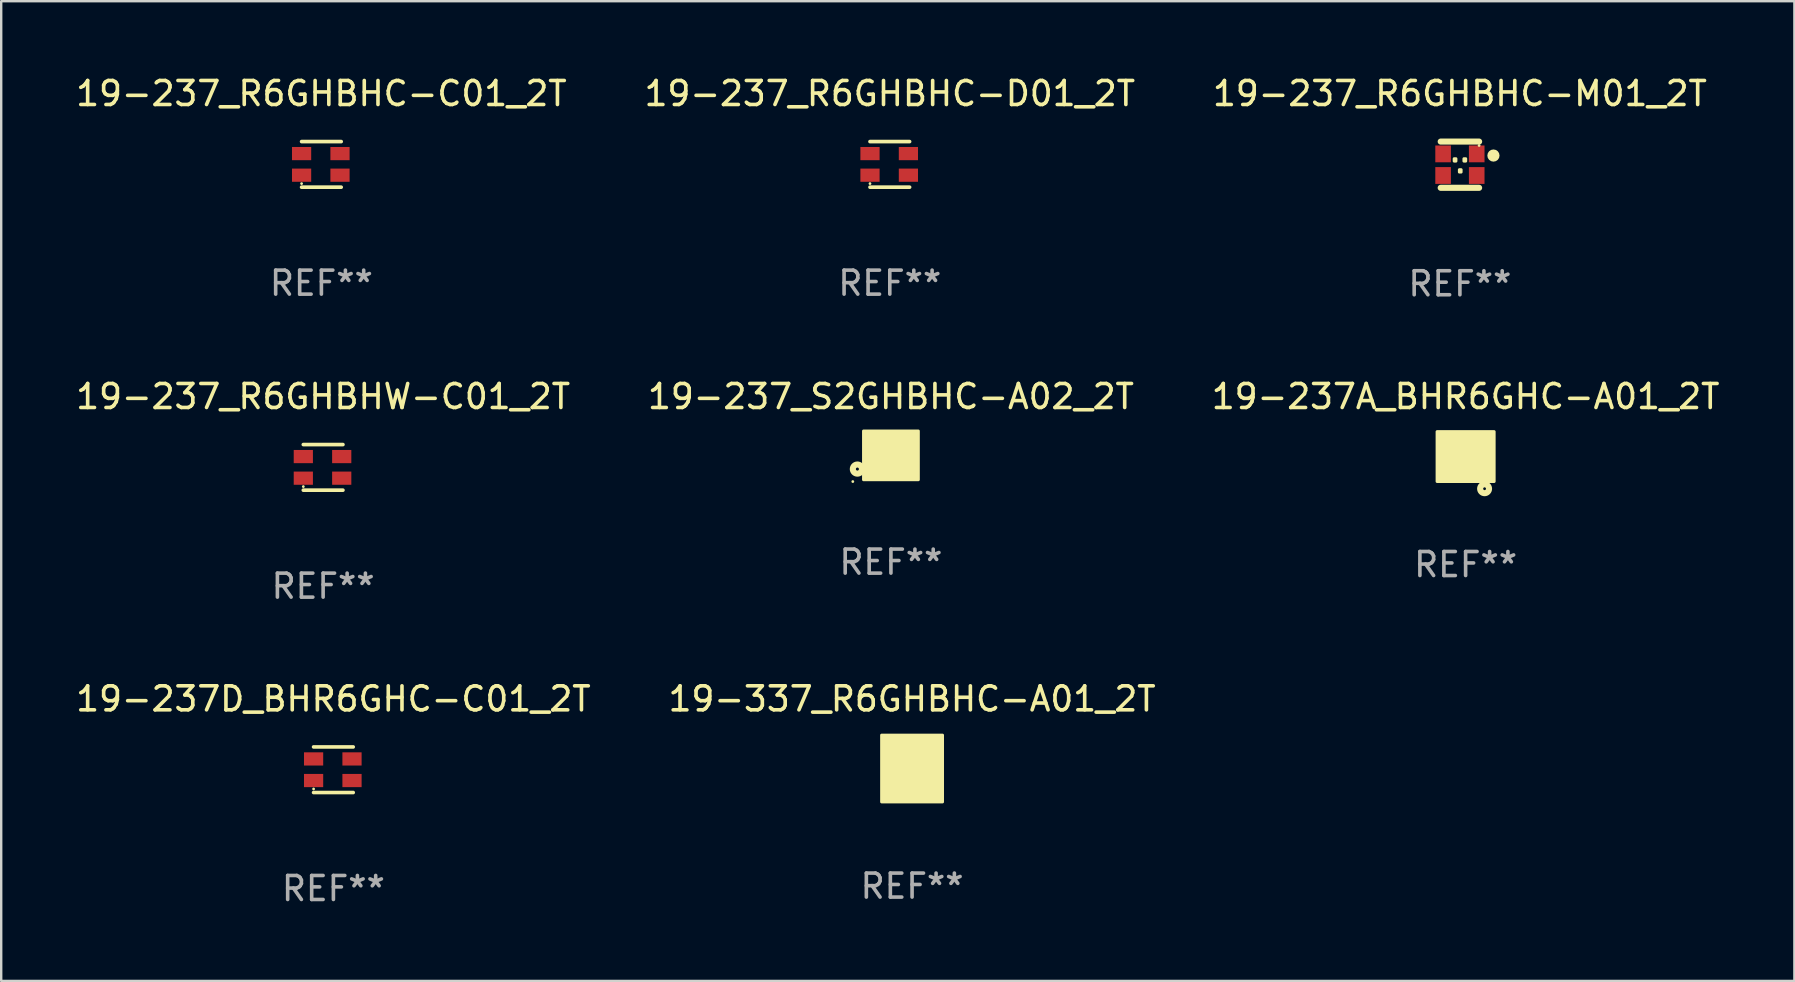
<source format=kicad_pcb>
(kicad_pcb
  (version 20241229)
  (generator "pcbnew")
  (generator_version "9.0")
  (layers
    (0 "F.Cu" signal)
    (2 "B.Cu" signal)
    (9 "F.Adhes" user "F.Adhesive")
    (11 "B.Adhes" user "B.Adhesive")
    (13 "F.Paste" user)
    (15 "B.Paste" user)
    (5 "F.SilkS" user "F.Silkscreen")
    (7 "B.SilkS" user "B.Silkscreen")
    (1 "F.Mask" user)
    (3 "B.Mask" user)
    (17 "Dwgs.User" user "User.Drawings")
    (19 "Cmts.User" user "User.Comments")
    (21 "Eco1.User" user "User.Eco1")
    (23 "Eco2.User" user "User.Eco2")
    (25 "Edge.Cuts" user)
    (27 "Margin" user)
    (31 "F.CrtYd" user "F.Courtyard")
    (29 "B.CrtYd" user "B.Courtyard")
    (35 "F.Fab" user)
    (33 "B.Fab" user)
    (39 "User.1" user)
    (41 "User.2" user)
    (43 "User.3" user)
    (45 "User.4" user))
  (footprint "19-237D_BHR6GHC-C01_2T"
    (layer "F.Cu")
    (at 10.839 29.016)
    (property "Reference" "19-237D_BHR6GHC-C01_2T" (at 0 -2.95 0) (layer "F.SilkS") (effects (font (size 1 1) (thickness 0.15))))
    (attr through_hole)
    (fp_line (start -0.825 -0.95) (end 0.825 -0.95) (stroke (width 0.152) (type solid)) (layer "F.SilkS"))
    (fp_line (start 0.825 0.95) (end -0.825 0.95) (stroke (width 0.152) (type solid)) (layer "F.SilkS"))
    (fp_circle (center -0.825 0.8) (end -0.795 0.8) (stroke (width 0.06) (type solid)) (fill no) (layer "F.SilkS"))
    (fp_text user "REF**" (at 0 4.95 0) (layer "F.Fab") (effects (font (size 1 1) (thickness 0.15))))
    (pad "1" smd rect (at -0.825 0.45) (size 0.8 0.55) (layers "F.Cu" "F.Mask" "F.Paste"))
    (pad "2" smd rect (at -0.825 -0.45) (size 0.8 0.55) (layers "F.Cu" "F.Mask" "F.Paste"))
    (pad "3" smd rect (at 0.775 -0.45) (size 0.8 0.55) (layers "F.Cu" "F.Mask" "F.Paste"))
    (pad "4" smd rect (at 0.775 0.45) (size 0.8 0.55) (layers "F.Cu" "F.Mask" "F.Paste")))
  (footprint "19-337_R6GHBHC-A01_2T"
    (layer "F.Cu")
    (at 34.946 28.966)
    (property "Reference" "19-337_R6GHBHC-A01_2T" (at 0 -2.9 0) (layer "F.SilkS") (effects (font (size 1 1) (thickness 0.15))))
    (attr through_hole)
    (fp_line (start 0.127 -0.63) (end 0.127 0.64) (stroke (width 0.254) (type solid)) (layer "F.SilkS"))
    (fp_line (start 0.127 0.00033) (end -0.169 0.00033) (stroke (width 0.254) (type solid)) (layer "F.SilkS"))
    (fp_circle (center -0.802 -0.805) (end -0.772 -0.805) (stroke (width 0.06) (type solid)) (fill no) (layer "F.SilkS"))
    (fp_poly (pts (xy -1.27 -1.392) (xy 1.27 -1.392) (xy 1.27 1.392) (xy -1.27 1.392)) (stroke (width 0.12) (type solid)) (fill yes) (layer "F.SilkS"))
    (fp_text user "REF**" (at 0 4.9 0) (layer "F.Fab") (effects (font (size 1 1) (thickness 0.15))))
    (pad "1" smd rect (at -0.7 -0.9) (size 0.6 0.6) (layers "F.Cu" "F.Mask" "F.Paste"))
    (pad "2" smd rect (at -0.7 0.000127) (size 0.6 0.6) (layers "F.Cu" "F.Mask" "F.Paste"))
    (pad "3" smd rect (at -0.7 0.9) (size 0.6 0.6) (layers "F.Cu" "F.Mask" "F.Paste"))
    (pad "4" smd rect (at 0.7 -0.9) (size 0.6 0.6) (layers "F.Cu" "F.Mask" "F.Paste"))
    (pad "5" smd rect (at 0.7 -0.000127) (size 0.6 0.6) (layers "F.Cu" "F.Mask" "F.Paste"))
    (pad "6" smd rect (at 0.7 0.9) (size 0.6 0.6) (layers "F.Cu" "F.Mask" "F.Paste")))
  (footprint "19-237_R6GHBHW-C01_2T"
    (layer "F.Cu")
    (at 10.411 16.42)
    (property "Reference" "19-237_R6GHBHW-C01_2T" (at 0 -2.95 0) (layer "F.SilkS") (effects (font (size 1 1) (thickness 0.15))))
    (attr through_hole)
    (fp_line (start -0.825 -0.95) (end 0.825 -0.95) (stroke (width 0.152) (type solid)) (layer "F.SilkS"))
    (fp_line (start 0.825 0.95) (end -0.825 0.95) (stroke (width 0.152) (type solid)) (layer "F.SilkS"))
    (fp_circle (center -0.825 0.8) (end -0.795 0.8) (stroke (width 0.06) (type solid)) (fill no) (layer "F.SilkS"))
    (fp_text user "REF**" (at 0 4.95 0) (layer "F.Fab") (effects (font (size 1 1) (thickness 0.15))))
    (pad "1" smd rect (at -0.825 0.45) (size 0.8 0.55) (layers "F.Cu" "F.Mask" "F.Paste"))
    (pad "2" smd rect (at -0.825 -0.45) (size 0.8 0.55) (layers "F.Cu" "F.Mask" "F.Paste"))
    (pad "3" smd rect (at 0.775 -0.45) (size 0.8 0.55) (layers "F.Cu" "F.Mask" "F.Paste"))
    (pad "4" smd rect (at 0.775 0.45) (size 0.8 0.55) (layers "F.Cu" "F.Mask" "F.Paste")))
  (footprint "19-237_R6GHBHC-C01_2T"
    (layer "F.Cu")
    (at 10.339 3.798)
    (property "Reference" "19-237_R6GHBHC-C01_2T" (at 0 -2.95 0) (layer "F.SilkS") (effects (font (size 1 1) (thickness 0.15))))
    (attr through_hole)
    (fp_line (start -0.825 -0.95) (end 0.825 -0.95) (stroke (width 0.152) (type solid)) (layer "F.SilkS"))
    (fp_line (start 0.825 0.95) (end -0.825 0.95) (stroke (width 0.152) (type solid)) (layer "F.SilkS"))
    (fp_circle (center -0.825 0.8) (end -0.795 0.8) (stroke (width 0.06) (type solid)) (fill no) (layer "F.SilkS"))
    (fp_text user "REF**" (at 0 4.95 0) (layer "F.Fab") (effects (font (size 1 1) (thickness 0.15))))
    (pad "1" smd rect (at -0.825 0.45) (size 0.8 0.55) (layers "F.Cu" "F.Mask" "F.Paste"))
    (pad "2" smd rect (at -0.825 -0.45) (size 0.8 0.55) (layers "F.Cu" "F.Mask" "F.Paste"))
    (pad "3" smd rect (at 0.775 -0.45) (size 0.8 0.55) (layers "F.Cu" "F.Mask" "F.Paste"))
    (pad "4" smd rect (at 0.775 0.45) (size 0.8 0.55) (layers "F.Cu" "F.Mask" "F.Paste")))
  (footprint "19-237_S2GHBHC-A02_2T"
    (layer "F.Cu")
    (at 34.065 15.92)
    (property "Reference" "19-237_S2GHBHC-A02_2T" (at 0 -2.45 0) (layer "F.SilkS") (effects (font (size 1 1) (thickness 0.15))))
    (attr through_hole)
    (fp_circle (center -1.588 1.091) (end -1.558 1.091) (stroke (width 0.06) (type solid)) (fill no) (layer "F.SilkS"))
    (fp_circle (center -1.397 0.571) (end -1.334 0.571) (stroke (width 0.254) (type solid)) (fill no) (layer "F.SilkS"))
    (fp_poly (pts (xy -1.143 -1.016) (xy 1.143 -1.016) (xy 1.143 1.016) (xy -1.143 1.016)) (stroke (width 0.12) (type solid)) (fill yes) (layer "F.SilkS"))
    (fp_text user "REF**" (at 0 4.45 0) (layer "F.Fab") (effects (font (size 1 1) (thickness 0.15))))
    (pad "1" smd rect (at -0.7 0.45) (size 0.6 0.65) (layers "F.Cu" "F.Mask" "F.Paste"))
    (pad "2" smd rect (at -0.7 -0.45) (size 0.6 0.65) (layers "F.Cu" "F.Mask" "F.Paste"))
    (pad "3" smd rect (at 0.7 0.45) (size 0.6 0.65) (layers "F.Cu" "F.Mask" "F.Paste"))
    (pad "4" smd rect (at 0.7 -0.45) (size 0.6 0.65) (layers "F.Cu" "F.Mask" "F.Paste")))
  (footprint "19-237A_BHR6GHC-A01_2T"
    (layer "F.Cu")
    (at 58.006 15.97)
    (property "Reference" "19-237A_BHR6GHC-A01_2T" (at 0 -2.5 0) (layer "F.SilkS") (effects (font (size 1 1) (thickness 0.15))))
    (attr through_hole)
    (fp_line (start -0.127 0) (end 0.127 0.254) (stroke (width 0.254) (type solid)) (layer "F.SilkS"))
    (fp_line (start 0.127 -0.254) (end -0.127 0) (stroke (width 0.254) (type solid)) (layer "F.SilkS"))
    (fp_line (start 0.127 0.254) (end 0.127 -0.254) (stroke (width 0.254) (type solid)) (layer "F.SilkS"))
    (fp_circle (center 0.79 1.34) (end 0.848 1.34) (stroke (width 0.254) (type solid)) (fill no) (layer "F.SilkS"))
    (fp_circle (center 0.8 0.8) (end 0.83 0.8) (stroke (width 0.06) (type solid)) (fill no) (layer "F.SilkS"))
    (fp_poly (pts (xy -1.19 -1.04) (xy 1.19 -1.04) (xy 1.19 1.04) (xy -1.19 1.04)) (stroke (width 0.12) (type solid)) (fill yes) (layer "F.SilkS"))
    (fp_text user "REF**" (at 0 4.5 0) (layer "F.Fab") (effects (font (size 1 1) (thickness 0.15))))
    (pad "1" smd rect (at 0.7 0.5 180) (size 0.6 0.7) (layers "F.Cu" "F.Mask" "F.Paste"))
    (pad "2" smd rect (at -0.7 0.5 180) (size 0.6 0.7) (layers "F.Cu" "F.Mask" "F.Paste"))
    (pad "3" smd rect (at 0.7 -0.5 180) (size 0.6 0.7) (layers "F.Cu" "F.Mask" "F.Paste"))
    (pad "4" smd rect (at -0.7 -0.5 180) (size 0.6 0.7) (layers "F.Cu" "F.Mask" "F.Paste")))
  (footprint "19-237_R6GHBHC-M01_2T"
    (layer "F.Cu")
    (at 57.768 3.811)
    (property "Reference" "19-237_R6GHBHC-M01_2T" (at 0 -2.963 0) (layer "F.SilkS") (effects (font (size 1 1) (thickness 0.15))))
    (attr through_hole)
    (fp_line (start -0.8 -0.963) (end 0.8 -0.963) (stroke (width 0.254) (type solid)) (layer "F.SilkS"))
    (fp_line (start 0.8 0.963) (end -0.8 0.963) (stroke (width 0.254) (type solid)) (layer "F.SilkS"))
    (fp_circle (center 0.8 -0.8) (end 0.83 -0.8) (stroke (width 0.06) (type solid)) (fill no) (layer "F.SilkS"))
    (fp_circle (center 1.397 -0.381) (end 1.524 -0.381) (stroke (width 0.254) (type solid)) (fill no) (layer "F.SilkS"))
    (fp_poly (pts (xy -0.24 -0.25) (xy -0.164 -0.25) (xy -0.164 -0.148) (xy -0.24 -0.148)) (stroke (width 0.12) (type solid)) (fill yes) (layer "F.SilkS"))
    (fp_poly (pts (xy -0.024 0.207) (xy 0.052 0.207) (xy 0.052 0.309) (xy -0.024 0.309)) (stroke (width 0.12) (type solid)) (fill yes) (layer "F.SilkS"))
    (fp_poly (pts (xy 0.166 -0.25) (xy 0.243 -0.25) (xy 0.243 -0.148) (xy 0.166 -0.148)) (stroke (width 0.12) (type solid)) (fill yes) (layer "F.SilkS"))
    (fp_text user "REF**" (at 0 4.963 0) (layer "F.Fab") (effects (font (size 1 1) (thickness 0.15))))
    (pad "1" smd rect (at 0.7 -0.45) (size 0.65 0.7) (layers "F.Cu" "F.Mask" "F.Paste"))
    (pad "2" smd rect (at -0.7 -0.45) (size 0.65 0.7) (layers "F.Cu" "F.Mask" "F.Paste"))
    (pad "3" smd rect (at 0.7 0.45) (size 0.65 0.7) (layers "F.Cu" "F.Mask" "F.Paste"))
    (pad "4" smd rect (at -0.7 0.45) (size 0.65 0.7) (layers "F.Cu" "F.Mask" "F.Paste")))
  (footprint "19-237_R6GHBHC-D01_2T"
    (layer "F.Cu")
    (at 34.018 3.798)
    (property "Reference" "19-237_R6GHBHC-D01_2T" (at 0 -2.95 0) (layer "F.SilkS") (effects (font (size 1 1) (thickness 0.15))))
    (attr through_hole)
    (fp_line (start -0.825 -0.95) (end 0.825 -0.95) (stroke (width 0.152) (type solid)) (layer "F.SilkS"))
    (fp_line (start 0.825 0.95) (end -0.825 0.95) (stroke (width 0.152) (type solid)) (layer "F.SilkS"))
    (fp_circle (center -0.825 0.8) (end -0.795 0.8) (stroke (width 0.06) (type solid)) (fill no) (layer "F.SilkS"))
    (fp_text user "REF**" (at 0 4.95 0) (layer "F.Fab") (effects (font (size 1 1) (thickness 0.15))))
    (pad "1" smd rect (at -0.825 0.45) (size 0.8 0.55) (layers "F.Cu" "F.Mask" "F.Paste"))
    (pad "2" smd rect (at -0.825 -0.45) (size 0.8 0.55) (layers "F.Cu" "F.Mask" "F.Paste"))
    (pad "3" smd rect (at 0.775 -0.45) (size 0.8 0.55) (layers "F.Cu" "F.Mask" "F.Paste"))
    (pad "4" smd rect (at 0.775 0.45) (size 0.8 0.55) (layers "F.Cu" "F.Mask" "F.Paste")))
  (gr_rect
    (start -3 -3)
    (end 71.702 37.814)
    (stroke (width 0.1) (type default))
    (fill no)
    (layer "Edge.Cuts")))
</source>
